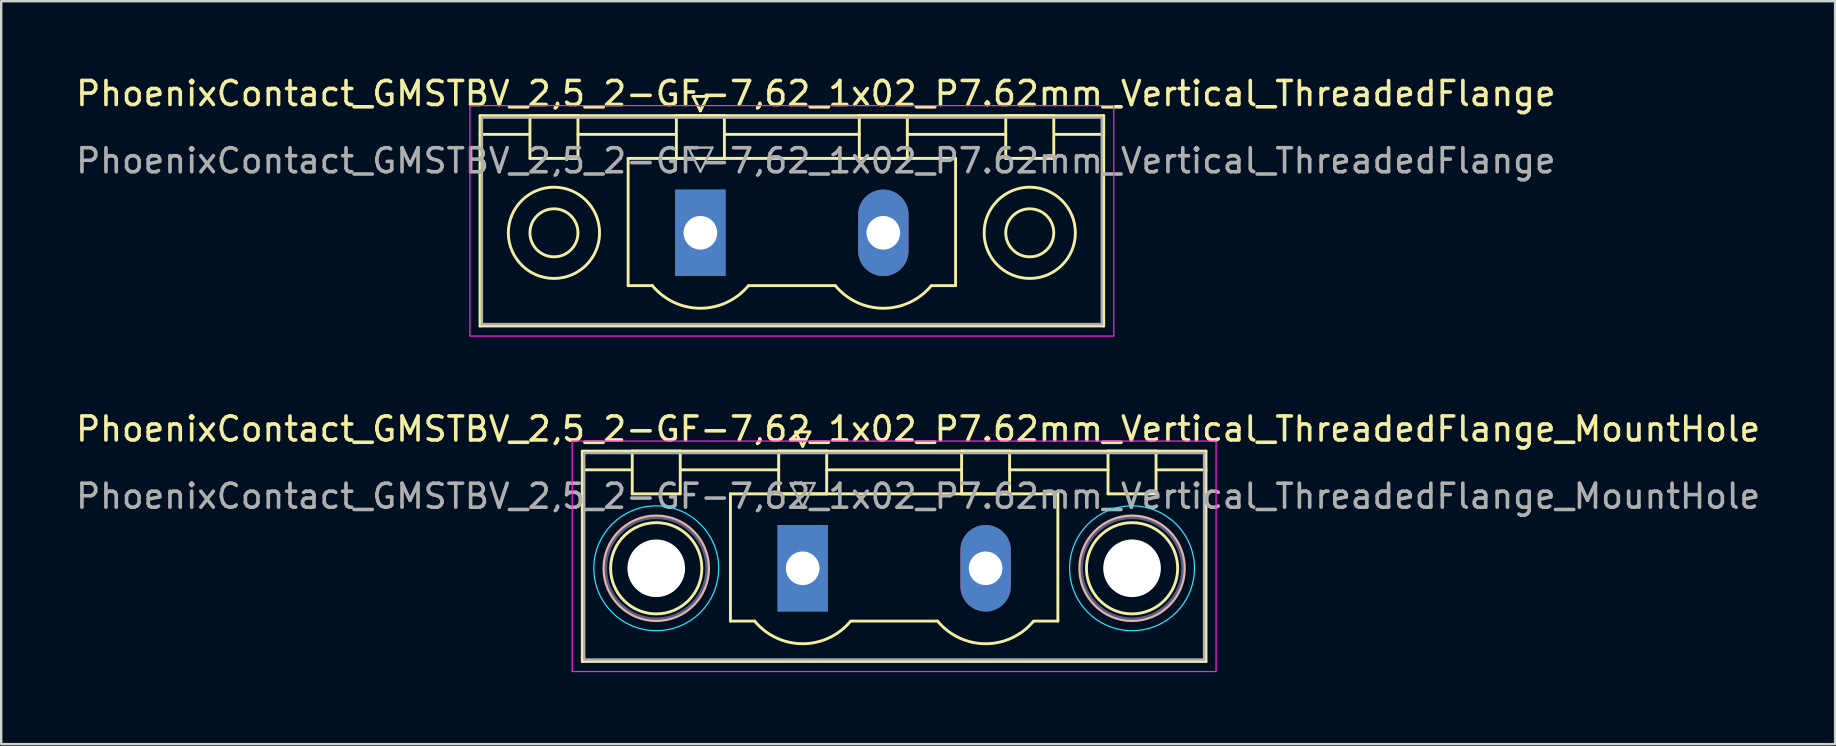
<source format=kicad_pcb>
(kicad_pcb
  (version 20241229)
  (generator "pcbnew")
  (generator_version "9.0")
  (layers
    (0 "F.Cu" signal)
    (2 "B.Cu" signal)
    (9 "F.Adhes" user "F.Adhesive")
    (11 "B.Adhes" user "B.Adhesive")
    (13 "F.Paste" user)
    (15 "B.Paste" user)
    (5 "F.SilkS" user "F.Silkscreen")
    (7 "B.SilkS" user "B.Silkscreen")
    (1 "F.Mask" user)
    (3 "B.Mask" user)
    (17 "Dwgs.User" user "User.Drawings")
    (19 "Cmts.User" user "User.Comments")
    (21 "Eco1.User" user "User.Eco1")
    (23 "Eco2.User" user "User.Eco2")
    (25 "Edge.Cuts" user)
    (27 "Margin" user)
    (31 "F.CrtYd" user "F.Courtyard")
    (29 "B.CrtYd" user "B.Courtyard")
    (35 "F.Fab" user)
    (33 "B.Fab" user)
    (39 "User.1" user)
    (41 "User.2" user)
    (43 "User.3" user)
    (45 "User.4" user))
  (footprint "PhoenixContact_GMSTBV_2,5_2-GF-7,62_1x02_P7.62mm_Vertical_ThreadedFlange_MountHole"
    (layer "F.Cu")
    (at 30.386 20.622)
    (property "Reference" "PhoenixContact_GMSTBV_2,5_2-GF-7,62_1x02_P7.62mm_Vertical_ThreadedFlange_MountHole" (at 4.81 -5.8 0) (layer "F.SilkS") (effects (font (size 1 1) (thickness 0.15))))
    (attr through_hole)
    (fp_line (start -9.18 -4.88) (end -9.18 3.88) (stroke (width 0.12) (type solid)) (layer "F.SilkS"))
    (fp_line (start -9.18 -4.1) (end -7.18 -4.1) (stroke (width 0.12) (type solid)) (layer "F.SilkS"))
    (fp_line (start -9.18 3.88) (end 16.8 3.88) (stroke (width 0.12) (type solid)) (layer "F.SilkS"))
    (fp_line (start -7.1 -4.88) (end -5.1 -4.88) (stroke (width 0.12) (type solid)) (layer "F.SilkS"))
    (fp_line (start -7.1 -3.1) (end -7.1 -4.88) (stroke (width 0.12) (type solid)) (layer "F.SilkS"))
    (fp_line (start -5.1 -4.88) (end -5.1 -3.1) (stroke (width 0.12) (type solid)) (layer "F.SilkS"))
    (fp_line (start -5.1 -4.1) (end -1 -4.1) (stroke (width 0.12) (type solid)) (layer "F.SilkS"))
    (fp_line (start -5.1 -3.1) (end -7.1 -3.1) (stroke (width 0.12) (type solid)) (layer "F.SilkS"))
    (fp_line (start -3.01 -3.1) (end 10.63 -3.1) (stroke (width 0.12) (type solid)) (layer "F.SilkS"))
    (fp_line (start -3.01 2.2) (end -3.01 -3.1) (stroke (width 0.12) (type solid)) (layer "F.SilkS"))
    (fp_line (start -2 2.2) (end -3.01 2.2) (stroke (width 0.12) (type solid)) (layer "F.SilkS"))
    (fp_line (start -1 -4.88) (end 1 -4.88) (stroke (width 0.12) (type solid)) (layer "F.SilkS"))
    (fp_line (start -1 -3.1) (end -1 -4.88) (stroke (width 0.12) (type solid)) (layer "F.SilkS"))
    (fp_line (start -0.3 -5.68) (end 0.3 -5.68) (stroke (width 0.12) (type solid)) (layer "F.SilkS"))
    (fp_line (start 0 -5.08) (end -0.3 -5.68) (stroke (width 0.12) (type solid)) (layer "F.SilkS"))
    (fp_line (start 0.3 -5.68) (end 0 -5.08) (stroke (width 0.12) (type solid)) (layer "F.SilkS"))
    (fp_line (start 1 -4.88) (end 1 -3.1) (stroke (width 0.12) (type solid)) (layer "F.SilkS"))
    (fp_line (start 1 -4.1) (end 6.62 -4.1) (stroke (width 0.12) (type solid)) (layer "F.SilkS"))
    (fp_line (start 1 -3.1) (end -1 -3.1) (stroke (width 0.12) (type solid)) (layer "F.SilkS"))
    (fp_line (start 2 2.2) (end 5.62 2.2) (stroke (width 0.12) (type solid)) (layer "F.SilkS"))
    (fp_line (start 6.62 -4.88) (end 8.62 -4.88) (stroke (width 0.12) (type solid)) (layer "F.SilkS"))
    (fp_line (start 6.62 -3.1) (end 6.62 -4.88) (stroke (width 0.12) (type solid)) (layer "F.SilkS"))
    (fp_line (start 8.62 -4.88) (end 8.62 -3.1) (stroke (width 0.12) (type solid)) (layer "F.SilkS"))
    (fp_line (start 8.62 -4.1) (end 12.72 -4.1) (stroke (width 0.12) (type solid)) (layer "F.SilkS"))
    (fp_line (start 8.62 -3.1) (end 6.62 -3.1) (stroke (width 0.12) (type solid)) (layer "F.SilkS"))
    (fp_line (start 10.63 -3.1) (end 10.63 2.2) (stroke (width 0.12) (type solid)) (layer "F.SilkS"))
    (fp_line (start 10.63 2.2) (end 9.62 2.2) (stroke (width 0.12) (type solid)) (layer "F.SilkS"))
    (fp_line (start 12.72 -4.88) (end 14.72 -4.88) (stroke (width 0.12) (type solid)) (layer "F.SilkS"))
    (fp_line (start 12.72 -3.1) (end 12.72 -4.88) (stroke (width 0.12) (type solid)) (layer "F.SilkS"))
    (fp_line (start 14.72 -4.88) (end 14.72 -3.1) (stroke (width 0.12) (type solid)) (layer "F.SilkS"))
    (fp_line (start 14.72 -3.1) (end 12.72 -3.1) (stroke (width 0.12) (type solid)) (layer "F.SilkS"))
    (fp_line (start 16.8 -4.88) (end -9.18 -4.88) (stroke (width 0.12) (type solid)) (layer "F.SilkS"))
    (fp_line (start 16.8 -4.1) (end 14.8 -4.1) (stroke (width 0.12) (type solid)) (layer "F.SilkS"))
    (fp_line (start 16.8 3.88) (end 16.8 -4.88) (stroke (width 0.12) (type solid)) (layer "F.SilkS"))
    (fp_arc (start 1.986842 2.215821) (mid -0.010289 3.142758) (end -2 2.2) (stroke (width 0.12) (type solid)) (layer "F.SilkS"))
    (fp_arc (start 9.606842 2.215821) (mid 7.609711 3.142758) (end 5.62 2.2) (stroke (width 0.12) (type solid)) (layer "F.SilkS"))
    (fp_circle (center -6.1 0) (end -4.2 0) (stroke (width 0.12) (type solid)) (fill no) (layer "F.SilkS"))
    (fp_circle (center 13.72 0) (end 15.62 0) (stroke (width 0.12) (type solid)) (fill no) (layer "F.SilkS"))
    (fp_circle (center -6.1 0) (end -3.92 0) (stroke (width 0.12) (type solid)) (fill no) (layer "B.SilkS"))
    (fp_circle (center 13.72 0) (end 15.9 0) (stroke (width 0.12) (type solid)) (fill no) (layer "B.SilkS"))
    (fp_circle (center -6.1 0) (end -3.5 0) (stroke (width 0.05) (type solid)) (fill no) (layer "B.CrtYd"))
    (fp_circle (center 13.72 0) (end 16.32 0) (stroke (width 0.05) (type solid)) (fill no) (layer "B.CrtYd"))
    (fp_line (start -9.6 -5.3) (end -9.6 4.3) (stroke (width 0.05) (type solid)) (layer "F.CrtYd"))
    (fp_line (start -9.6 4.3) (end 17.22 4.3) (stroke (width 0.05) (type solid)) (layer "F.CrtYd"))
    (fp_line (start 17.22 -5.3) (end -9.6 -5.3) (stroke (width 0.05) (type solid)) (layer "F.CrtYd"))
    (fp_line (start 17.22 4.3) (end 17.22 -5.3) (stroke (width 0.05) (type solid)) (layer "F.CrtYd"))
    (fp_circle (center -6.1 0) (end -4 0) (stroke (width 0.1) (type solid)) (fill no) (layer "B.Fab"))
    (fp_circle (center 13.72 0) (end 15.82 0) (stroke (width 0.1) (type solid)) (fill no) (layer "B.Fab"))
    (fp_line (start -9.1 -4.8) (end -9.1 3.8) (stroke (width 0.1) (type solid)) (layer "F.Fab"))
    (fp_line (start -9.1 3.8) (end 16.72 3.8) (stroke (width 0.1) (type solid)) (layer "F.Fab"))
    (fp_line (start -0.5 -3.55) (end 0.5 -3.55) (stroke (width 0.1) (type solid)) (layer "F.Fab"))
    (fp_line (start 0 -2.55) (end -0.5 -3.55) (stroke (width 0.1) (type solid)) (layer "F.Fab"))
    (fp_line (start 0.5 -3.55) (end 0 -2.55) (stroke (width 0.1) (type solid)) (layer "F.Fab"))
    (fp_line (start 16.72 -4.8) (end -9.1 -4.8) (stroke (width 0.1) (type solid)) (layer "F.Fab"))
    (fp_line (start 16.72 3.8) (end 16.72 -4.8) (stroke (width 0.1) (type solid)) (layer "F.Fab"))
    (fp_text user "${REFERENCE}" (at 4.81 -3 0) (layer "F.Fab") (effects (font (size 1 1) (thickness 0.15))))
    (pad "" np_thru_hole circle (at -6.1 0) (size 2.4 2.4) (drill 2.4) (layers "*.Cu" "*.Mask"))
    (pad "" np_thru_hole circle (at 13.72 0) (size 2.4 2.4) (drill 2.4) (layers "*.Cu" "*.Mask"))
    (pad "1" thru_hole rect (at 0 0) (size 2.1 3.6) (drill 1.4) (layers "*.Cu" "*.Mask"))
    (pad "2" thru_hole oval (at 7.62 0) (size 2.1 3.6) (drill 1.4) (layers "*.Cu" "*.Mask")))
  (footprint "PhoenixContact_GMSTBV_2,5_2-GF-7,62_1x02_P7.62mm_Vertical_ThreadedFlange"
    (layer "F.Cu")
    (at 26.125 6.648)
    (property "Reference" "PhoenixContact_GMSTBV_2,5_2-GF-7,62_1x02_P7.62mm_Vertical_ThreadedFlange" (at 4.81 -5.8 0) (layer "F.SilkS") (effects (font (size 1 1) (thickness 0.15))))
    (attr through_hole)
    (fp_line (start -9.18 -4.88) (end -9.18 3.88) (stroke (width 0.12) (type solid)) (layer "F.SilkS"))
    (fp_line (start -9.18 -4.1) (end -7.18 -4.1) (stroke (width 0.12) (type solid)) (layer "F.SilkS"))
    (fp_line (start -9.18 3.88) (end 16.8 3.88) (stroke (width 0.12) (type solid)) (layer "F.SilkS"))
    (fp_line (start -7.1 -4.88) (end -5.1 -4.88) (stroke (width 0.12) (type solid)) (layer "F.SilkS"))
    (fp_line (start -7.1 -3.1) (end -7.1 -4.88) (stroke (width 0.12) (type solid)) (layer "F.SilkS"))
    (fp_line (start -5.1 -4.88) (end -5.1 -3.1) (stroke (width 0.12) (type solid)) (layer "F.SilkS"))
    (fp_line (start -5.1 -4.1) (end -1 -4.1) (stroke (width 0.12) (type solid)) (layer "F.SilkS"))
    (fp_line (start -5.1 -3.1) (end -7.1 -3.1) (stroke (width 0.12) (type solid)) (layer "F.SilkS"))
    (fp_line (start -3.01 -3.1) (end 10.63 -3.1) (stroke (width 0.12) (type solid)) (layer "F.SilkS"))
    (fp_line (start -3.01 2.2) (end -3.01 -3.1) (stroke (width 0.12) (type solid)) (layer "F.SilkS"))
    (fp_line (start -2 2.2) (end -3.01 2.2) (stroke (width 0.12) (type solid)) (layer "F.SilkS"))
    (fp_line (start -1 -4.88) (end 1 -4.88) (stroke (width 0.12) (type solid)) (layer "F.SilkS"))
    (fp_line (start -1 -3.1) (end -1 -4.88) (stroke (width 0.12) (type solid)) (layer "F.SilkS"))
    (fp_line (start -0.3 -5.68) (end 0.3 -5.68) (stroke (width 0.12) (type solid)) (layer "F.SilkS"))
    (fp_line (start 0 -5.08) (end -0.3 -5.68) (stroke (width 0.12) (type solid)) (layer "F.SilkS"))
    (fp_line (start 0.3 -5.68) (end 0 -5.08) (stroke (width 0.12) (type solid)) (layer "F.SilkS"))
    (fp_line (start 1 -4.88) (end 1 -3.1) (stroke (width 0.12) (type solid)) (layer "F.SilkS"))
    (fp_line (start 1 -4.1) (end 6.62 -4.1) (stroke (width 0.12) (type solid)) (layer "F.SilkS"))
    (fp_line (start 1 -3.1) (end -1 -3.1) (stroke (width 0.12) (type solid)) (layer "F.SilkS"))
    (fp_line (start 2 2.2) (end 5.62 2.2) (stroke (width 0.12) (type solid)) (layer "F.SilkS"))
    (fp_line (start 6.62 -4.88) (end 8.62 -4.88) (stroke (width 0.12) (type solid)) (layer "F.SilkS"))
    (fp_line (start 6.62 -3.1) (end 6.62 -4.88) (stroke (width 0.12) (type solid)) (layer "F.SilkS"))
    (fp_line (start 8.62 -4.88) (end 8.62 -3.1) (stroke (width 0.12) (type solid)) (layer "F.SilkS"))
    (fp_line (start 8.62 -4.1) (end 12.72 -4.1) (stroke (width 0.12) (type solid)) (layer "F.SilkS"))
    (fp_line (start 8.62 -3.1) (end 6.62 -3.1) (stroke (width 0.12) (type solid)) (layer "F.SilkS"))
    (fp_line (start 10.63 -3.1) (end 10.63 2.2) (stroke (width 0.12) (type solid)) (layer "F.SilkS"))
    (fp_line (start 10.63 2.2) (end 9.62 2.2) (stroke (width 0.12) (type solid)) (layer "F.SilkS"))
    (fp_line (start 12.72 -4.88) (end 14.72 -4.88) (stroke (width 0.12) (type solid)) (layer "F.SilkS"))
    (fp_line (start 12.72 -3.1) (end 12.72 -4.88) (stroke (width 0.12) (type solid)) (layer "F.SilkS"))
    (fp_line (start 14.72 -4.88) (end 14.72 -3.1) (stroke (width 0.12) (type solid)) (layer "F.SilkS"))
    (fp_line (start 14.72 -3.1) (end 12.72 -3.1) (stroke (width 0.12) (type solid)) (layer "F.SilkS"))
    (fp_line (start 16.8 -4.88) (end -9.18 -4.88) (stroke (width 0.12) (type solid)) (layer "F.SilkS"))
    (fp_line (start 16.8 -4.1) (end 14.8 -4.1) (stroke (width 0.12) (type solid)) (layer "F.SilkS"))
    (fp_line (start 16.8 3.88) (end 16.8 -4.88) (stroke (width 0.12) (type solid)) (layer "F.SilkS"))
    (fp_arc (start 1.986842 2.215821) (mid -0.010289 3.142758) (end -2 2.2) (stroke (width 0.12) (type solid)) (layer "F.SilkS"))
    (fp_arc (start 9.606842 2.215821) (mid 7.609711 3.142758) (end 5.62 2.2) (stroke (width 0.12) (type solid)) (layer "F.SilkS"))
    (fp_circle (center -6.1 0) (end -5.1 0) (stroke (width 0.12) (type solid)) (fill no) (layer "F.SilkS"))
    (fp_circle (center -6.1 0) (end -4.2 0) (stroke (width 0.12) (type solid)) (fill no) (layer "F.SilkS"))
    (fp_circle (center 13.72 0) (end 14.72 0) (stroke (width 0.12) (type solid)) (fill no) (layer "F.SilkS"))
    (fp_circle (center 13.72 0) (end 15.62 0) (stroke (width 0.12) (type solid)) (fill no) (layer "F.SilkS"))
    (fp_line (start -9.6 -5.3) (end -9.6 4.3) (stroke (width 0.05) (type solid)) (layer "F.CrtYd"))
    (fp_line (start -9.6 4.3) (end 17.22 4.3) (stroke (width 0.05) (type solid)) (layer "F.CrtYd"))
    (fp_line (start 17.22 -5.3) (end -9.6 -5.3) (stroke (width 0.05) (type solid)) (layer "F.CrtYd"))
    (fp_line (start 17.22 4.3) (end 17.22 -5.3) (stroke (width 0.05) (type solid)) (layer "F.CrtYd"))
    (fp_line (start -9.1 -4.8) (end -9.1 3.8) (stroke (width 0.1) (type solid)) (layer "F.Fab"))
    (fp_line (start -9.1 3.8) (end 16.72 3.8) (stroke (width 0.1) (type solid)) (layer "F.Fab"))
    (fp_line (start -0.5 -3.55) (end 0.5 -3.55) (stroke (width 0.1) (type solid)) (layer "F.Fab"))
    (fp_line (start 0 -2.55) (end -0.5 -3.55) (stroke (width 0.1) (type solid)) (layer "F.Fab"))
    (fp_line (start 0.5 -3.55) (end 0 -2.55) (stroke (width 0.1) (type solid)) (layer "F.Fab"))
    (fp_line (start 16.72 -4.8) (end -9.1 -4.8) (stroke (width 0.1) (type solid)) (layer "F.Fab"))
    (fp_line (start 16.72 3.8) (end 16.72 -4.8) (stroke (width 0.1) (type solid)) (layer "F.Fab"))
    (fp_text user "${REFERENCE}" (at 4.81 -3 0) (layer "F.Fab") (effects (font (size 1 1) (thickness 0.15))))
    (pad "1" thru_hole rect (at 0 0) (size 2.1 3.6) (drill 1.4) (layers "*.Cu" "*.Mask"))
    (pad "2" thru_hole oval (at 7.62 0) (size 2.1 3.6) (drill 1.4) (layers "*.Cu" "*.Mask")))
  (gr_rect
    (start -3 -3)
    (end 73.393 27.947)
    (stroke (width 0.1) (type default))
    (fill no)
    (layer "Edge.Cuts")))
</source>
